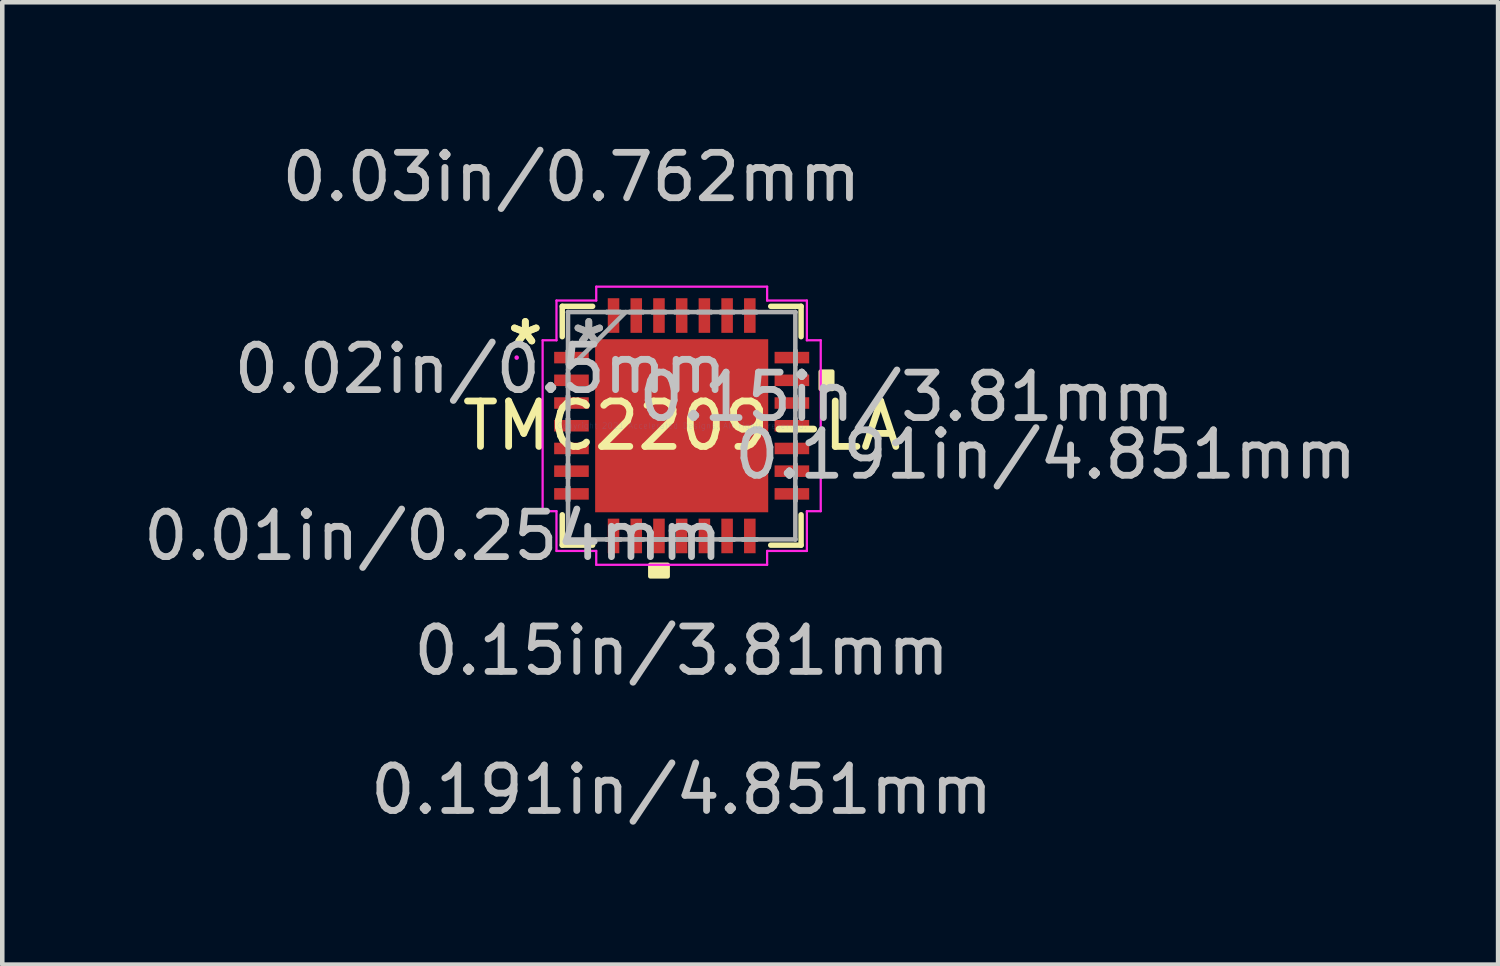
<source format=kicad_pcb>
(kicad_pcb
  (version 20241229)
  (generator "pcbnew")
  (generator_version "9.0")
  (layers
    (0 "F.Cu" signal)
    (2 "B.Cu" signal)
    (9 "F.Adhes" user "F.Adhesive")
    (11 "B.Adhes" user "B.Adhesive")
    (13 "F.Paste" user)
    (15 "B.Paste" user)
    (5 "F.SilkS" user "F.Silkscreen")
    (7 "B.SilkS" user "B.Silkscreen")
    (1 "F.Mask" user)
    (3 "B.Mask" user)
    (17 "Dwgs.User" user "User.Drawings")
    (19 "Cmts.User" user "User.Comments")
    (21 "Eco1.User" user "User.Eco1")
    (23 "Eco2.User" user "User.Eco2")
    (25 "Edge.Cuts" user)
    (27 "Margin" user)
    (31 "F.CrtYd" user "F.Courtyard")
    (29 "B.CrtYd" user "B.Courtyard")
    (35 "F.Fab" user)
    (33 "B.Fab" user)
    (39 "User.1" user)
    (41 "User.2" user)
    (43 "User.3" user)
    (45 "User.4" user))
  (footprint "TMC2209-LA"
    (layer "F.Cu")
    (at 11.956 6.322)
    (property "Reference" "TMC2209-LA" (at 0 0 0) (layer "F.SilkS") (effects (font (size 1 1) (thickness 0.15))))
    (attr through_hole)
    (fp_line (start -2.629 -2.629) (end -2.629 -1.96) (stroke (width 0.12) (type solid)) (layer "F.SilkS"))
    (fp_line (start -2.629 1.96) (end -2.629 2.629) (stroke (width 0.12) (type solid)) (layer "F.SilkS"))
    (fp_line (start -2.629 2.629) (end -1.96 2.629) (stroke (width 0.12) (type solid)) (layer "F.SilkS"))
    (fp_line (start -1.96 -2.629) (end -2.629 -2.629) (stroke (width 0.12) (type solid)) (layer "F.SilkS"))
    (fp_line (start 1.96 2.629) (end 2.629 2.629) (stroke (width 0.12) (type solid)) (layer "F.SilkS"))
    (fp_line (start 2.629 -2.629) (end 1.96 -2.629) (stroke (width 0.12) (type solid)) (layer "F.SilkS"))
    (fp_line (start 2.629 -1.96) (end 2.629 -2.629) (stroke (width 0.12) (type solid)) (layer "F.SilkS"))
    (fp_line (start 2.629 2.629) (end 2.629 1.96) (stroke (width 0.12) (type solid)) (layer "F.SilkS"))
    (fp_poly (pts (xy -0.69 3.061) (xy -0.69 3.315) (xy -0.309 3.315) (xy -0.309 3.061)) (stroke (width 0.1) (type solid)) (fill yes) (layer "F.SilkS"))
    (fp_poly (pts (xy 3.315 -1.191) (xy 3.315 -0.81) (xy 3.061 -0.81) (xy 3.061 -1.191)) (stroke (width 0.1) (type solid)) (fill yes) (layer "F.SilkS"))
    (fp_poly (pts (xy -1.805 -1.805) (xy -1.805 -0.735) (xy -0.735 -0.735) (xy -0.735 -1.805)) (stroke (width 0.1) (type solid)) (fill yes) (layer "F.Paste"))
    (fp_poly (pts (xy -1.805 -0.535) (xy -1.805 0.535) (xy -0.735 0.535) (xy -0.735 -0.535)) (stroke (width 0.1) (type solid)) (fill yes) (layer "F.Paste"))
    (fp_poly (pts (xy -1.805 0.735) (xy -1.805 1.805) (xy -0.735 1.805) (xy -0.735 0.735)) (stroke (width 0.1) (type solid)) (fill yes) (layer "F.Paste"))
    (fp_poly (pts (xy -0.535 -1.805) (xy -0.535 -0.735) (xy 0.535 -0.735) (xy 0.535 -1.805)) (stroke (width 0.1) (type solid)) (fill yes) (layer "F.Paste"))
    (fp_poly (pts (xy -0.535 -0.535) (xy -0.535 0.535) (xy 0.535 0.535) (xy 0.535 -0.535)) (stroke (width 0.1) (type solid)) (fill yes) (layer "F.Paste"))
    (fp_poly (pts (xy -0.535 0.735) (xy -0.535 1.805) (xy 0.535 1.805) (xy 0.535 0.735)) (stroke (width 0.1) (type solid)) (fill yes) (layer "F.Paste"))
    (fp_poly (pts (xy 0.735 -1.805) (xy 0.735 -0.735) (xy 1.805 -0.735) (xy 1.805 -1.805)) (stroke (width 0.1) (type solid)) (fill yes) (layer "F.Paste"))
    (fp_poly (pts (xy 0.735 -0.535) (xy 0.735 0.535) (xy 1.805 0.535) (xy 1.805 -0.535)) (stroke (width 0.1) (type solid)) (fill yes) (layer "F.Paste"))
    (fp_poly (pts (xy 0.735 0.735) (xy 0.735 1.805) (xy 1.805 1.805) (xy 1.805 0.735)) (stroke (width 0.1) (type solid)) (fill yes) (layer "F.Paste"))
    (fp_line (start -3.061 -1.881) (end -2.756 -1.881) (stroke (width 0.05) (type solid)) (layer "F.CrtYd"))
    (fp_line (start -3.061 1.881) (end -3.061 -1.881) (stroke (width 0.05) (type solid)) (layer "F.CrtYd"))
    (fp_line (start -2.756 -2.756) (end -1.881 -2.756) (stroke (width 0.05) (type solid)) (layer "F.CrtYd"))
    (fp_line (start -2.756 -1.881) (end -2.756 -2.756) (stroke (width 0.05) (type solid)) (layer "F.CrtYd"))
    (fp_line (start -2.756 1.881) (end -3.061 1.881) (stroke (width 0.05) (type solid)) (layer "F.CrtYd"))
    (fp_line (start -2.756 2.756) (end -2.756 1.881) (stroke (width 0.05) (type solid)) (layer "F.CrtYd"))
    (fp_line (start -1.881 -3.061) (end 1.881 -3.061) (stroke (width 0.05) (type solid)) (layer "F.CrtYd"))
    (fp_line (start -1.881 -2.756) (end -1.881 -3.061) (stroke (width 0.05) (type solid)) (layer "F.CrtYd"))
    (fp_line (start -1.881 2.756) (end -2.756 2.756) (stroke (width 0.05) (type solid)) (layer "F.CrtYd"))
    (fp_line (start -1.881 3.061) (end -1.881 2.756) (stroke (width 0.05) (type solid)) (layer "F.CrtYd"))
    (fp_line (start 1.881 -3.061) (end 1.881 -2.756) (stroke (width 0.05) (type solid)) (layer "F.CrtYd"))
    (fp_line (start 1.881 -2.756) (end 2.756 -2.756) (stroke (width 0.05) (type solid)) (layer "F.CrtYd"))
    (fp_line (start 1.881 2.756) (end 1.881 3.061) (stroke (width 0.05) (type solid)) (layer "F.CrtYd"))
    (fp_line (start 1.881 3.061) (end -1.881 3.061) (stroke (width 0.05) (type solid)) (layer "F.CrtYd"))
    (fp_line (start 2.756 -2.756) (end 2.756 -1.881) (stroke (width 0.05) (type solid)) (layer "F.CrtYd"))
    (fp_line (start 2.756 -1.881) (end 3.061 -1.881) (stroke (width 0.05) (type solid)) (layer "F.CrtYd"))
    (fp_line (start 2.756 1.881) (end 2.756 2.756) (stroke (width 0.05) (type solid)) (layer "F.CrtYd"))
    (fp_line (start 2.756 2.756) (end 1.881 2.756) (stroke (width 0.05) (type solid)) (layer "F.CrtYd"))
    (fp_line (start 3.061 -1.881) (end 3.061 1.881) (stroke (width 0.05) (type solid)) (layer "F.CrtYd"))
    (fp_line (start 3.061 1.881) (end 2.756 1.881) (stroke (width 0.05) (type solid)) (layer "F.CrtYd"))
    (fp_circle (center -3.632 -1.5) (end -3.632 -1.5) (stroke (width 0.05) (type solid)) (fill no) (layer "F.CrtYd"))
    (fp_line (start -2.502 -2.502) (end -2.502 -2.502) (stroke (width 0.1) (type solid)) (layer "F.Fab"))
    (fp_line (start -2.502 -2.502) (end -2.502 2.502) (stroke (width 0.1) (type solid)) (layer "F.Fab"))
    (fp_line (start -2.502 -1.652) (end -2.502 -1.652) (stroke (width 0.1) (type solid)) (layer "F.Fab"))
    (fp_line (start -2.502 -1.652) (end -2.502 -1.348) (stroke (width 0.1) (type solid)) (layer "F.Fab"))
    (fp_line (start -2.502 -1.348) (end -2.502 -1.652) (stroke (width 0.1) (type solid)) (layer "F.Fab"))
    (fp_line (start -2.502 -1.348) (end -2.502 -1.348) (stroke (width 0.1) (type solid)) (layer "F.Fab"))
    (fp_line (start -2.502 -1.232) (end -1.232 -2.502) (stroke (width 0.1) (type solid)) (layer "F.Fab"))
    (fp_line (start -2.502 -1.152) (end -2.502 -1.152) (stroke (width 0.1) (type solid)) (layer "F.Fab"))
    (fp_line (start -2.502 -1.152) (end -2.502 -0.848) (stroke (width 0.1) (type solid)) (layer "F.Fab"))
    (fp_line (start -2.502 -0.848) (end -2.502 -1.152) (stroke (width 0.1) (type solid)) (layer "F.Fab"))
    (fp_line (start -2.502 -0.848) (end -2.502 -0.848) (stroke (width 0.1) (type solid)) (layer "F.Fab"))
    (fp_line (start -2.502 -0.652) (end -2.502 -0.652) (stroke (width 0.1) (type solid)) (layer "F.Fab"))
    (fp_line (start -2.502 -0.652) (end -2.502 -0.348) (stroke (width 0.1) (type solid)) (layer "F.Fab"))
    (fp_line (start -2.502 -0.348) (end -2.502 -0.652) (stroke (width 0.1) (type solid)) (layer "F.Fab"))
    (fp_line (start -2.502 -0.348) (end -2.502 -0.348) (stroke (width 0.1) (type solid)) (layer "F.Fab"))
    (fp_line (start -2.502 -0.152) (end -2.502 -0.152) (stroke (width 0.1) (type solid)) (layer "F.Fab"))
    (fp_line (start -2.502 -0.152) (end -2.502 0.152) (stroke (width 0.1) (type solid)) (layer "F.Fab"))
    (fp_line (start -2.502 0.152) (end -2.502 -0.152) (stroke (width 0.1) (type solid)) (layer "F.Fab"))
    (fp_line (start -2.502 0.152) (end -2.502 0.152) (stroke (width 0.1) (type solid)) (layer "F.Fab"))
    (fp_line (start -2.502 0.348) (end -2.502 0.348) (stroke (width 0.1) (type solid)) (layer "F.Fab"))
    (fp_line (start -2.502 0.348) (end -2.502 0.652) (stroke (width 0.1) (type solid)) (layer "F.Fab"))
    (fp_line (start -2.502 0.652) (end -2.502 0.348) (stroke (width 0.1) (type solid)) (layer "F.Fab"))
    (fp_line (start -2.502 0.652) (end -2.502 0.652) (stroke (width 0.1) (type solid)) (layer "F.Fab"))
    (fp_line (start -2.502 0.848) (end -2.502 0.848) (stroke (width 0.1) (type solid)) (layer "F.Fab"))
    (fp_line (start -2.502 0.848) (end -2.502 1.152) (stroke (width 0.1) (type solid)) (layer "F.Fab"))
    (fp_line (start -2.502 1.152) (end -2.502 0.848) (stroke (width 0.1) (type solid)) (layer "F.Fab"))
    (fp_line (start -2.502 1.152) (end -2.502 1.152) (stroke (width 0.1) (type solid)) (layer "F.Fab"))
    (fp_line (start -2.502 1.348) (end -2.502 1.348) (stroke (width 0.1) (type solid)) (layer "F.Fab"))
    (fp_line (start -2.502 1.348) (end -2.502 1.652) (stroke (width 0.1) (type solid)) (layer "F.Fab"))
    (fp_line (start -2.502 1.652) (end -2.502 1.348) (stroke (width 0.1) (type solid)) (layer "F.Fab"))
    (fp_line (start -2.502 1.652) (end -2.502 1.652) (stroke (width 0.1) (type solid)) (layer "F.Fab"))
    (fp_line (start -2.502 2.502) (end -2.502 2.502) (stroke (width 0.1) (type solid)) (layer "F.Fab"))
    (fp_line (start -2.502 2.502) (end 2.502 2.502) (stroke (width 0.1) (type solid)) (layer "F.Fab"))
    (fp_line (start -1.652 -2.502) (end -1.652 -2.502) (stroke (width 0.1) (type solid)) (layer "F.Fab"))
    (fp_line (start -1.652 -2.502) (end -1.348 -2.502) (stroke (width 0.1) (type solid)) (layer "F.Fab"))
    (fp_line (start -1.652 2.502) (end -1.652 2.502) (stroke (width 0.1) (type solid)) (layer "F.Fab"))
    (fp_line (start -1.652 2.502) (end -1.348 2.502) (stroke (width 0.1) (type solid)) (layer "F.Fab"))
    (fp_line (start -1.348 -2.502) (end -1.652 -2.502) (stroke (width 0.1) (type solid)) (layer "F.Fab"))
    (fp_line (start -1.348 -2.502) (end -1.348 -2.502) (stroke (width 0.1) (type solid)) (layer "F.Fab"))
    (fp_line (start -1.348 2.502) (end -1.652 2.502) (stroke (width 0.1) (type solid)) (layer "F.Fab"))
    (fp_line (start -1.348 2.502) (end -1.348 2.502) (stroke (width 0.1) (type solid)) (layer "F.Fab"))
    (fp_line (start -1.152 -2.502) (end -1.152 -2.502) (stroke (width 0.1) (type solid)) (layer "F.Fab"))
    (fp_line (start -1.152 -2.502) (end -0.848 -2.502) (stroke (width 0.1) (type solid)) (layer "F.Fab"))
    (fp_line (start -1.152 2.502) (end -1.152 2.502) (stroke (width 0.1) (type solid)) (layer "F.Fab"))
    (fp_line (start -1.152 2.502) (end -0.848 2.502) (stroke (width 0.1) (type solid)) (layer "F.Fab"))
    (fp_line (start -0.848 -2.502) (end -1.152 -2.502) (stroke (width 0.1) (type solid)) (layer "F.Fab"))
    (fp_line (start -0.848 -2.502) (end -0.848 -2.502) (stroke (width 0.1) (type solid)) (layer "F.Fab"))
    (fp_line (start -0.848 2.502) (end -1.152 2.502) (stroke (width 0.1) (type solid)) (layer "F.Fab"))
    (fp_line (start -0.848 2.502) (end -0.848 2.502) (stroke (width 0.1) (type solid)) (layer "F.Fab"))
    (fp_line (start -0.652 -2.502) (end -0.652 -2.502) (stroke (width 0.1) (type solid)) (layer "F.Fab"))
    (fp_line (start -0.652 -2.502) (end -0.348 -2.502) (stroke (width 0.1) (type solid)) (layer "F.Fab"))
    (fp_line (start -0.652 2.502) (end -0.652 2.502) (stroke (width 0.1) (type solid)) (layer "F.Fab"))
    (fp_line (start -0.652 2.502) (end -0.348 2.502) (stroke (width 0.1) (type solid)) (layer "F.Fab"))
    (fp_line (start -0.348 -2.502) (end -0.652 -2.502) (stroke (width 0.1) (type solid)) (layer "F.Fab"))
    (fp_line (start -0.348 -2.502) (end -0.348 -2.502) (stroke (width 0.1) (type solid)) (layer "F.Fab"))
    (fp_line (start -0.348 2.502) (end -0.652 2.502) (stroke (width 0.1) (type solid)) (layer "F.Fab"))
    (fp_line (start -0.348 2.502) (end -0.348 2.502) (stroke (width 0.1) (type solid)) (layer "F.Fab"))
    (fp_line (start -0.152 -2.502) (end -0.152 -2.502) (stroke (width 0.1) (type solid)) (layer "F.Fab"))
    (fp_line (start -0.152 -2.502) (end 0.152 -2.502) (stroke (width 0.1) (type solid)) (layer "F.Fab"))
    (fp_line (start -0.152 2.502) (end -0.152 2.502) (stroke (width 0.1) (type solid)) (layer "F.Fab"))
    (fp_line (start -0.152 2.502) (end 0.152 2.502) (stroke (width 0.1) (type solid)) (layer "F.Fab"))
    (fp_line (start 0.152 -2.502) (end -0.152 -2.502) (stroke (width 0.1) (type solid)) (layer "F.Fab"))
    (fp_line (start 0.152 -2.502) (end 0.152 -2.502) (stroke (width 0.1) (type solid)) (layer "F.Fab"))
    (fp_line (start 0.152 2.502) (end -0.152 2.502) (stroke (width 0.1) (type solid)) (layer "F.Fab"))
    (fp_line (start 0.152 2.502) (end 0.152 2.502) (stroke (width 0.1) (type solid)) (layer "F.Fab"))
    (fp_line (start 0.348 -2.502) (end 0.348 -2.502) (stroke (width 0.1) (type solid)) (layer "F.Fab"))
    (fp_line (start 0.348 -2.502) (end 0.652 -2.502) (stroke (width 0.1) (type solid)) (layer "F.Fab"))
    (fp_line (start 0.348 2.502) (end 0.348 2.502) (stroke (width 0.1) (type solid)) (layer "F.Fab"))
    (fp_line (start 0.348 2.502) (end 0.652 2.502) (stroke (width 0.1) (type solid)) (layer "F.Fab"))
    (fp_line (start 0.652 -2.502) (end 0.348 -2.502) (stroke (width 0.1) (type solid)) (layer "F.Fab"))
    (fp_line (start 0.652 -2.502) (end 0.652 -2.502) (stroke (width 0.1) (type solid)) (layer "F.Fab"))
    (fp_line (start 0.652 2.502) (end 0.348 2.502) (stroke (width 0.1) (type solid)) (layer "F.Fab"))
    (fp_line (start 0.652 2.502) (end 0.652 2.502) (stroke (width 0.1) (type solid)) (layer "F.Fab"))
    (fp_line (start 0.848 -2.502) (end 0.848 -2.502) (stroke (width 0.1) (type solid)) (layer "F.Fab"))
    (fp_line (start 0.848 -2.502) (end 1.152 -2.502) (stroke (width 0.1) (type solid)) (layer "F.Fab"))
    (fp_line (start 0.848 2.502) (end 0.848 2.502) (stroke (width 0.1) (type solid)) (layer "F.Fab"))
    (fp_line (start 0.848 2.502) (end 1.152 2.502) (stroke (width 0.1) (type solid)) (layer "F.Fab"))
    (fp_line (start 1.152 -2.502) (end 0.848 -2.502) (stroke (width 0.1) (type solid)) (layer "F.Fab"))
    (fp_line (start 1.152 -2.502) (end 1.152 -2.502) (stroke (width 0.1) (type solid)) (layer "F.Fab"))
    (fp_line (start 1.152 2.502) (end 0.848 2.502) (stroke (width 0.1) (type solid)) (layer "F.Fab"))
    (fp_line (start 1.152 2.502) (end 1.152 2.502) (stroke (width 0.1) (type solid)) (layer "F.Fab"))
    (fp_line (start 1.348 -2.502) (end 1.348 -2.502) (stroke (width 0.1) (type solid)) (layer "F.Fab"))
    (fp_line (start 1.348 -2.502) (end 1.652 -2.502) (stroke (width 0.1) (type solid)) (layer "F.Fab"))
    (fp_line (start 1.348 2.502) (end 1.348 2.502) (stroke (width 0.1) (type solid)) (layer "F.Fab"))
    (fp_line (start 1.348 2.502) (end 1.652 2.502) (stroke (width 0.1) (type solid)) (layer "F.Fab"))
    (fp_line (start 1.652 -2.502) (end 1.348 -2.502) (stroke (width 0.1) (type solid)) (layer "F.Fab"))
    (fp_line (start 1.652 -2.502) (end 1.652 -2.502) (stroke (width 0.1) (type solid)) (layer "F.Fab"))
    (fp_line (start 1.652 2.502) (end 1.348 2.502) (stroke (width 0.1) (type solid)) (layer "F.Fab"))
    (fp_line (start 1.652 2.502) (end 1.652 2.502) (stroke (width 0.1) (type solid)) (layer "F.Fab"))
    (fp_line (start 2.502 -2.502) (end -2.502 -2.502) (stroke (width 0.1) (type solid)) (layer "F.Fab"))
    (fp_line (start 2.502 -2.502) (end 2.502 -2.502) (stroke (width 0.1) (type solid)) (layer "F.Fab"))
    (fp_line (start 2.502 -1.652) (end 2.502 -1.652) (stroke (width 0.1) (type solid)) (layer "F.Fab"))
    (fp_line (start 2.502 -1.652) (end 2.502 -1.348) (stroke (width 0.1) (type solid)) (layer "F.Fab"))
    (fp_line (start 2.502 -1.348) (end 2.502 -1.652) (stroke (width 0.1) (type solid)) (layer "F.Fab"))
    (fp_line (start 2.502 -1.348) (end 2.502 -1.348) (stroke (width 0.1) (type solid)) (layer "F.Fab"))
    (fp_line (start 2.502 -1.152) (end 2.502 -1.152) (stroke (width 0.1) (type solid)) (layer "F.Fab"))
    (fp_line (start 2.502 -1.152) (end 2.502 -0.848) (stroke (width 0.1) (type solid)) (layer "F.Fab"))
    (fp_line (start 2.502 -0.848) (end 2.502 -1.152) (stroke (width 0.1) (type solid)) (layer "F.Fab"))
    (fp_line (start 2.502 -0.848) (end 2.502 -0.848) (stroke (width 0.1) (type solid)) (layer "F.Fab"))
    (fp_line (start 2.502 -0.652) (end 2.502 -0.652) (stroke (width 0.1) (type solid)) (layer "F.Fab"))
    (fp_line (start 2.502 -0.652) (end 2.502 -0.348) (stroke (width 0.1) (type solid)) (layer "F.Fab"))
    (fp_line (start 2.502 -0.348) (end 2.502 -0.652) (stroke (width 0.1) (type solid)) (layer "F.Fab"))
    (fp_line (start 2.502 -0.348) (end 2.502 -0.348) (stroke (width 0.1) (type solid)) (layer "F.Fab"))
    (fp_line (start 2.502 -0.152) (end 2.502 -0.152) (stroke (width 0.1) (type solid)) (layer "F.Fab"))
    (fp_line (start 2.502 -0.152) (end 2.502 0.152) (stroke (width 0.1) (type solid)) (layer "F.Fab"))
    (fp_line (start 2.502 0.152) (end 2.502 -0.152) (stroke (width 0.1) (type solid)) (layer "F.Fab"))
    (fp_line (start 2.502 0.152) (end 2.502 0.152) (stroke (width 0.1) (type solid)) (layer "F.Fab"))
    (fp_line (start 2.502 0.348) (end 2.502 0.348) (stroke (width 0.1) (type solid)) (layer "F.Fab"))
    (fp_line (start 2.502 0.348) (end 2.502 0.652) (stroke (width 0.1) (type solid)) (layer "F.Fab"))
    (fp_line (start 2.502 0.652) (end 2.502 0.348) (stroke (width 0.1) (type solid)) (layer "F.Fab"))
    (fp_line (start 2.502 0.652) (end 2.502 0.652) (stroke (width 0.1) (type solid)) (layer "F.Fab"))
    (fp_line (start 2.502 0.848) (end 2.502 0.848) (stroke (width 0.1) (type solid)) (layer "F.Fab"))
    (fp_line (start 2.502 0.848) (end 2.502 1.152) (stroke (width 0.1) (type solid)) (layer "F.Fab"))
    (fp_line (start 2.502 1.152) (end 2.502 0.848) (stroke (width 0.1) (type solid)) (layer "F.Fab"))
    (fp_line (start 2.502 1.152) (end 2.502 1.152) (stroke (width 0.1) (type solid)) (layer "F.Fab"))
    (fp_line (start 2.502 1.348) (end 2.502 1.348) (stroke (width 0.1) (type solid)) (layer "F.Fab"))
    (fp_line (start 2.502 1.348) (end 2.502 1.652) (stroke (width 0.1) (type solid)) (layer "F.Fab"))
    (fp_line (start 2.502 1.652) (end 2.502 1.348) (stroke (width 0.1) (type solid)) (layer "F.Fab"))
    (fp_line (start 2.502 1.652) (end 2.502 1.652) (stroke (width 0.1) (type solid)) (layer "F.Fab"))
    (fp_line (start 2.502 2.502) (end 2.502 -2.502) (stroke (width 0.1) (type solid)) (layer "F.Fab"))
    (fp_line (start 2.502 2.502) (end 2.502 2.502) (stroke (width 0.1) (type solid)) (layer "F.Fab"))
    (fp_text user "*" (at -3.442 -1.75 0) (layer "F.SilkS") (effects (font (size 1 1) (thickness 0.15))))
    (fp_text user "*" (at -3.442 -1.75 0) (layer "F.SilkS") (effects (font (size 1 1) (thickness 0.15))))
    (fp_text user "0.01in/0.254mm" (at -5.474 2.426 0) (layer "Dwgs.User") (effects (font (size 1 1) (thickness 0.15))))
    (fp_text user "0.02in/0.5mm" (at -4.432 -1.25 0) (layer "Dwgs.User") (effects (font (size 1 1) (thickness 0.15))))
    (fp_text user "0.191in/4.851mm" (at 8.014 0.635 0) (layer "Dwgs.User") (effects (font (size 1 1) (thickness 0.15))))
    (fp_text user "0.15in/3.81mm" (at 4.953 -0.635 0) (layer "Dwgs.User") (effects (font (size 1 1) (thickness 0.15))))
    (fp_text user "0.15in/3.81mm" (at 0 4.953 0) (layer "Dwgs.User") (effects (font (size 1 1) (thickness 0.15))))
    (fp_text user "0.191in/4.851mm" (at 0 8.014 0) (layer "Dwgs.User") (effects (font (size 1 1) (thickness 0.15))))
    (fp_text user "0.03in/0.762mm" (at -2.426 -5.474 0) (layer "Dwgs.User") (effects (font (size 1 1) (thickness 0.15))))
    (fp_text user "Copyright 2021 Accelerated Designs. All rights reserved." (at 0 0 0) (layer "Cmts.User") (effects (font (size 0.127 0.127) (thickness 0.002))))
    (fp_text user "*" (at -2.045 -1.75 0) (layer "F.Fab") (effects (font (size 1 1) (thickness 0.15))))
    (fp_text user "*" (at -2.045 -1.75 0) (layer "F.Fab") (effects (font (size 1 1) (thickness 0.15))))
    (pad "1" smd rect (at -2.426 -1.5 90) (size 0.254 0.762) (layers "F.Cu" "F.Mask" "F.Paste"))
    (pad "2" smd rect (at -2.426 -1 90) (size 0.254 0.762) (layers "F.Cu" "F.Mask" "F.Paste"))
    (pad "3" smd rect (at -2.426 -0.5 90) (size 0.254 0.762) (layers "F.Cu" "F.Mask" "F.Paste"))
    (pad "4" smd rect (at -2.426 0 90) (size 0.254 0.762) (layers "F.Cu" "F.Mask" "F.Paste"))
    (pad "5" smd rect (at -2.426 0.5 90) (size 0.254 0.762) (layers "F.Cu" "F.Mask" "F.Paste"))
    (pad "6" smd rect (at -2.426 1 90) (size 0.254 0.762) (layers "F.Cu" "F.Mask" "F.Paste"))
    (pad "7" smd rect (at -2.426 1.5 90) (size 0.254 0.762) (layers "F.Cu" "F.Mask" "F.Paste"))
    (pad "8" smd rect (at -1.5 2.426) (size 0.254 0.762) (layers "F.Cu" "F.Mask" "F.Paste"))
    (pad "9" smd rect (at -1 2.426) (size 0.254 0.762) (layers "F.Cu" "F.Mask" "F.Paste"))
    (pad "10" smd rect (at -0.5 2.426) (size 0.254 0.762) (layers "F.Cu" "F.Mask" "F.Paste"))
    (pad "11" smd rect (at 0 2.426) (size 0.254 0.762) (layers "F.Cu" "F.Mask" "F.Paste"))
    (pad "12" smd rect (at 0.5 2.426) (size 0.254 0.762) (layers "F.Cu" "F.Mask" "F.Paste"))
    (pad "13" smd rect (at 1 2.426) (size 0.254 0.762) (layers "F.Cu" "F.Mask" "F.Paste"))
    (pad "14" smd rect (at 1.5 2.426) (size 0.254 0.762) (layers "F.Cu" "F.Mask" "F.Paste"))
    (pad "15" smd rect (at 2.426 1.5 90) (size 0.254 0.762) (layers "F.Cu" "F.Mask" "F.Paste"))
    (pad "16" smd rect (at 2.426 1 90) (size 0.254 0.762) (layers "F.Cu" "F.Mask" "F.Paste"))
    (pad "17" smd rect (at 2.426 0.5 90) (size 0.254 0.762) (layers "F.Cu" "F.Mask" "F.Paste"))
    (pad "18" smd rect (at 2.426 0 90) (size 0.254 0.762) (layers "F.Cu" "F.Mask" "F.Paste"))
    (pad "19" smd rect (at 2.426 -0.5 90) (size 0.254 0.762) (layers "F.Cu" "F.Mask" "F.Paste"))
    (pad "20" smd rect (at 2.426 -1 90) (size 0.254 0.762) (layers "F.Cu" "F.Mask" "F.Paste"))
    (pad "21" smd rect (at 2.426 -1.5 90) (size 0.254 0.762) (layers "F.Cu" "F.Mask" "F.Paste"))
    (pad "22" smd rect (at 1.5 -2.426) (size 0.254 0.762) (layers "F.Cu" "F.Mask" "F.Paste"))
    (pad "23" smd rect (at 1 -2.426) (size 0.254 0.762) (layers "F.Cu" "F.Mask" "F.Paste"))
    (pad "24" smd rect (at 0.5 -2.426) (size 0.254 0.762) (layers "F.Cu" "F.Mask" "F.Paste"))
    (pad "25" smd rect (at 0 -2.426) (size 0.254 0.762) (layers "F.Cu" "F.Mask" "F.Paste"))
    (pad "26" smd rect (at -0.5 -2.426) (size 0.254 0.762) (layers "F.Cu" "F.Mask" "F.Paste"))
    (pad "27" smd rect (at -1 -2.426) (size 0.254 0.762) (layers "F.Cu" "F.Mask" "F.Paste"))
    (pad "28" smd rect (at -1.5 -2.426) (size 0.254 0.762) (layers "F.Cu" "F.Mask" "F.Paste"))
    (pad "29" smd rect (at 0 0) (size 3.81 3.81) (layers "F.Cu" "F.Mask")))
  (gr_rect
    (start -3 -3)
    (end 29.928 18.184)
    (stroke (width 0.1) (type default))
    (fill no)
    (layer "Edge.Cuts")))
</source>
